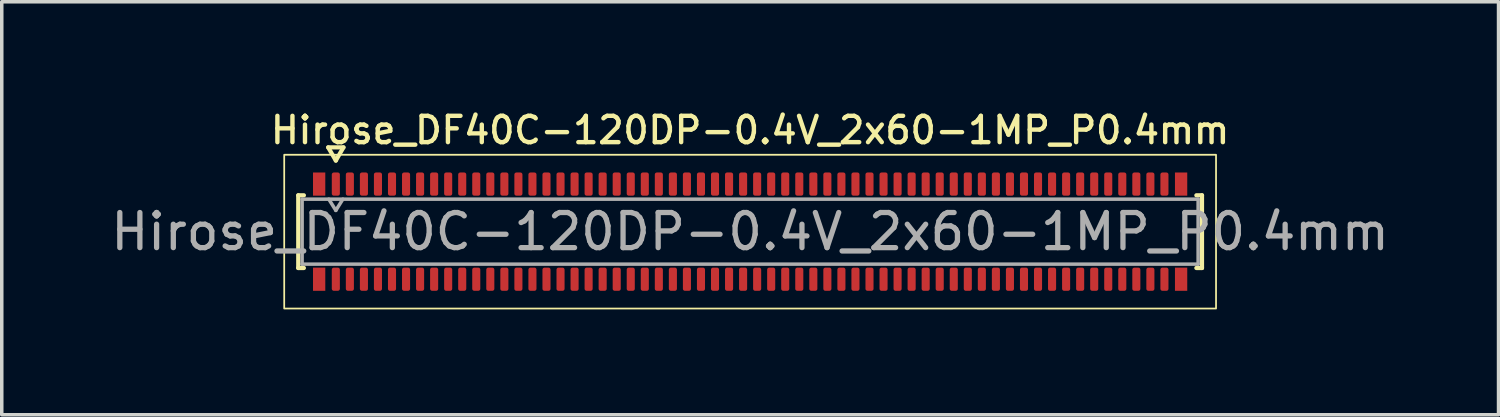
<source format=kicad_pcb>
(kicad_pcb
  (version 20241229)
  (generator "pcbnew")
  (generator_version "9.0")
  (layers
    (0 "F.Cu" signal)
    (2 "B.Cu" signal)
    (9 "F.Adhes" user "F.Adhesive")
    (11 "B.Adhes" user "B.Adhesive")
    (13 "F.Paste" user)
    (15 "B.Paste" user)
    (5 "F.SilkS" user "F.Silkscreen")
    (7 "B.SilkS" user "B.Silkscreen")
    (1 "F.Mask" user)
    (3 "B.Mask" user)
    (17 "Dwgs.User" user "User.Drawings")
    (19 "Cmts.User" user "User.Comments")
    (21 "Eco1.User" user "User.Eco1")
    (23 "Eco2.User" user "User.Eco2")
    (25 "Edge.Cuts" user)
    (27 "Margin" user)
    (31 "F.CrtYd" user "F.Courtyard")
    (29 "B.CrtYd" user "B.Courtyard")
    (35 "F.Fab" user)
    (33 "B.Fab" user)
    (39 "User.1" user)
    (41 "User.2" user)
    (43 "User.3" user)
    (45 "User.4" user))
  (footprint "Hirose_DF40C-120DP-0.4V_2x60-1MP_P0.4mm"
    (layer "F.Cu")
    (at 18.315 3.548)
    (property "Reference" "Hirose_DF40C-120DP-0.4V_2x60-1MP_P0.4mm" (at 0 -2.89 0) (layer "F.SilkS") (effects (font (size 0.75 0.75) (thickness 0.125))))
    (attr smd)
    (fp_line (start -12.87 -1.035) (end -12.71 -1.035) (stroke (width 0.12) (type solid)) (layer "F.SilkS"))
    (fp_line (start -12.87 1.035) (end -12.87 -1.035) (stroke (width 0.12) (type solid)) (layer "F.SilkS"))
    (fp_line (start -12.71 1.035) (end -12.87 1.035) (stroke (width 0.12) (type solid)) (layer "F.SilkS"))
    (fp_line (start -12.017 -2.4) (end -11.8 -2.025) (stroke (width 0.12) (type solid)) (layer "F.SilkS"))
    (fp_line (start -11.8 -2.025) (end -11.583 -2.4) (stroke (width 0.12) (type solid)) (layer "F.SilkS"))
    (fp_line (start -11.583 -2.4) (end -12.017 -2.4) (stroke (width 0.12) (type solid)) (layer "F.SilkS"))
    (fp_line (start 12.71 -1.035) (end 12.87 -1.035) (stroke (width 0.12) (type solid)) (layer "F.SilkS"))
    (fp_line (start 12.87 -1.035) (end 12.87 1.035) (stroke (width 0.12) (type solid)) (layer "F.SilkS"))
    (fp_line (start 12.87 1.035) (end 12.71 1.035) (stroke (width 0.12) (type solid)) (layer "F.SilkS"))
    (fp_rect (start -13.27 -2.19) (end 13.27 2.19) (stroke (width 0.05) (type solid)) (fill no) (layer "F.SilkS"))
    (fp_line (start -12.76 -0.925) (end 12.76 -0.925) (stroke (width 0.1) (type solid)) (layer "F.Fab"))
    (fp_line (start -12.76 0.925) (end -12.76 -0.925) (stroke (width 0.1) (type solid)) (layer "F.Fab"))
    (fp_line (start -12 -0.925) (end -11.8 -0.605) (stroke (width 0.1) (type solid)) (layer "F.Fab"))
    (fp_line (start -11.8 -0.605) (end -11.6 -0.925) (stroke (width 0.1) (type solid)) (layer "F.Fab"))
    (fp_line (start 12.76 -0.925) (end 12.76 0.925) (stroke (width 0.1) (type solid)) (layer "F.Fab"))
    (fp_line (start 12.76 0.925) (end -12.76 0.925) (stroke (width 0.1) (type solid)) (layer "F.Fab"))
    (fp_text user "${REFERENCE}" (at 0 0 0) (layer "F.Fab") (effects (font (size 1 1) (thickness 0.15))))
    (pad "1" smd roundrect (at -11.8 -1.355) (size 0.23 0.66) (layers "F.Cu" "F.Mask" "F.Paste") (roundrect_rratio 0.25))
    (pad "2" smd roundrect (at -11.8 1.355) (size 0.23 0.66) (layers "F.Cu" "F.Mask" "F.Paste") (roundrect_rratio 0.25))
    (pad "3" smd roundrect (at -11.4 -1.355) (size 0.23 0.66) (layers "F.Cu" "F.Mask" "F.Paste") (roundrect_rratio 0.25))
    (pad "4" smd roundrect (at -11.4 1.355) (size 0.23 0.66) (layers "F.Cu" "F.Mask" "F.Paste") (roundrect_rratio 0.25))
    (pad "5" smd roundrect (at -11 -1.355) (size 0.23 0.66) (layers "F.Cu" "F.Mask" "F.Paste") (roundrect_rratio 0.25))
    (pad "6" smd roundrect (at -11 1.355) (size 0.23 0.66) (layers "F.Cu" "F.Mask" "F.Paste") (roundrect_rratio 0.25))
    (pad "7" smd roundrect (at -10.6 -1.355) (size 0.23 0.66) (layers "F.Cu" "F.Mask" "F.Paste") (roundrect_rratio 0.25))
    (pad "8" smd roundrect (at -10.6 1.355) (size 0.23 0.66) (layers "F.Cu" "F.Mask" "F.Paste") (roundrect_rratio 0.25))
    (pad "9" smd roundrect (at -10.2 -1.355) (size 0.23 0.66) (layers "F.Cu" "F.Mask" "F.Paste") (roundrect_rratio 0.25))
    (pad "10" smd roundrect (at -10.2 1.355) (size 0.23 0.66) (layers "F.Cu" "F.Mask" "F.Paste") (roundrect_rratio 0.25))
    (pad "11" smd roundrect (at -9.8 -1.355) (size 0.23 0.66) (layers "F.Cu" "F.Mask" "F.Paste") (roundrect_rratio 0.25))
    (pad "12" smd roundrect (at -9.8 1.355) (size 0.23 0.66) (layers "F.Cu" "F.Mask" "F.Paste") (roundrect_rratio 0.25))
    (pad "13" smd roundrect (at -9.4 -1.355) (size 0.23 0.66) (layers "F.Cu" "F.Mask" "F.Paste") (roundrect_rratio 0.25))
    (pad "14" smd roundrect (at -9.4 1.355) (size 0.23 0.66) (layers "F.Cu" "F.Mask" "F.Paste") (roundrect_rratio 0.25))
    (pad "15" smd roundrect (at -9 -1.355) (size 0.23 0.66) (layers "F.Cu" "F.Mask" "F.Paste") (roundrect_rratio 0.25))
    (pad "16" smd roundrect (at -9 1.355) (size 0.23 0.66) (layers "F.Cu" "F.Mask" "F.Paste") (roundrect_rratio 0.25))
    (pad "17" smd roundrect (at -8.6 -1.355) (size 0.23 0.66) (layers "F.Cu" "F.Mask" "F.Paste") (roundrect_rratio 0.25))
    (pad "18" smd roundrect (at -8.6 1.355) (size 0.23 0.66) (layers "F.Cu" "F.Mask" "F.Paste") (roundrect_rratio 0.25))
    (pad "19" smd roundrect (at -8.2 -1.355) (size 0.23 0.66) (layers "F.Cu" "F.Mask" "F.Paste") (roundrect_rratio 0.25))
    (pad "20" smd roundrect (at -8.2 1.355) (size 0.23 0.66) (layers "F.Cu" "F.Mask" "F.Paste") (roundrect_rratio 0.25))
    (pad "21" smd roundrect (at -7.8 -1.355) (size 0.23 0.66) (layers "F.Cu" "F.Mask" "F.Paste") (roundrect_rratio 0.25))
    (pad "22" smd roundrect (at -7.8 1.355) (size 0.23 0.66) (layers "F.Cu" "F.Mask" "F.Paste") (roundrect_rratio 0.25))
    (pad "23" smd roundrect (at -7.4 -1.355) (size 0.23 0.66) (layers "F.Cu" "F.Mask" "F.Paste") (roundrect_rratio 0.25))
    (pad "24" smd roundrect (at -7.4 1.355) (size 0.23 0.66) (layers "F.Cu" "F.Mask" "F.Paste") (roundrect_rratio 0.25))
    (pad "25" smd roundrect (at -7 -1.355) (size 0.23 0.66) (layers "F.Cu" "F.Mask" "F.Paste") (roundrect_rratio 0.25))
    (pad "26" smd roundrect (at -7 1.355) (size 0.23 0.66) (layers "F.Cu" "F.Mask" "F.Paste") (roundrect_rratio 0.25))
    (pad "27" smd roundrect (at -6.6 -1.355) (size 0.23 0.66) (layers "F.Cu" "F.Mask" "F.Paste") (roundrect_rratio 0.25))
    (pad "28" smd roundrect (at -6.6 1.355) (size 0.23 0.66) (layers "F.Cu" "F.Mask" "F.Paste") (roundrect_rratio 0.25))
    (pad "29" smd roundrect (at -6.2 -1.355) (size 0.23 0.66) (layers "F.Cu" "F.Mask" "F.Paste") (roundrect_rratio 0.25))
    (pad "30" smd roundrect (at -6.2 1.355) (size 0.23 0.66) (layers "F.Cu" "F.Mask" "F.Paste") (roundrect_rratio 0.25))
    (pad "31" smd roundrect (at -5.8 -1.355) (size 0.23 0.66) (layers "F.Cu" "F.Mask" "F.Paste") (roundrect_rratio 0.25))
    (pad "32" smd roundrect (at -5.8 1.355) (size 0.23 0.66) (layers "F.Cu" "F.Mask" "F.Paste") (roundrect_rratio 0.25))
    (pad "33" smd roundrect (at -5.4 -1.355) (size 0.23 0.66) (layers "F.Cu" "F.Mask" "F.Paste") (roundrect_rratio 0.25))
    (pad "34" smd roundrect (at -5.4 1.355) (size 0.23 0.66) (layers "F.Cu" "F.Mask" "F.Paste") (roundrect_rratio 0.25))
    (pad "35" smd roundrect (at -5 -1.355) (size 0.23 0.66) (layers "F.Cu" "F.Mask" "F.Paste") (roundrect_rratio 0.25))
    (pad "36" smd roundrect (at -5 1.355) (size 0.23 0.66) (layers "F.Cu" "F.Mask" "F.Paste") (roundrect_rratio 0.25))
    (pad "37" smd roundrect (at -4.6 -1.355) (size 0.23 0.66) (layers "F.Cu" "F.Mask" "F.Paste") (roundrect_rratio 0.25))
    (pad "38" smd roundrect (at -4.6 1.355) (size 0.23 0.66) (layers "F.Cu" "F.Mask" "F.Paste") (roundrect_rratio 0.25))
    (pad "39" smd roundrect (at -4.2 -1.355) (size 0.23 0.66) (layers "F.Cu" "F.Mask" "F.Paste") (roundrect_rratio 0.25))
    (pad "40" smd roundrect (at -4.2 1.355) (size 0.23 0.66) (layers "F.Cu" "F.Mask" "F.Paste") (roundrect_rratio 0.25))
    (pad "41" smd roundrect (at -3.8 -1.355) (size 0.23 0.66) (layers "F.Cu" "F.Mask" "F.Paste") (roundrect_rratio 0.25))
    (pad "42" smd roundrect (at -3.8 1.355) (size 0.23 0.66) (layers "F.Cu" "F.Mask" "F.Paste") (roundrect_rratio 0.25))
    (pad "43" smd roundrect (at -3.4 -1.355) (size 0.23 0.66) (layers "F.Cu" "F.Mask" "F.Paste") (roundrect_rratio 0.25))
    (pad "44" smd roundrect (at -3.4 1.355) (size 0.23 0.66) (layers "F.Cu" "F.Mask" "F.Paste") (roundrect_rratio 0.25))
    (pad "45" smd roundrect (at -3 -1.355) (size 0.23 0.66) (layers "F.Cu" "F.Mask" "F.Paste") (roundrect_rratio 0.25))
    (pad "46" smd roundrect (at -3 1.355) (size 0.23 0.66) (layers "F.Cu" "F.Mask" "F.Paste") (roundrect_rratio 0.25))
    (pad "47" smd roundrect (at -2.6 -1.355) (size 0.23 0.66) (layers "F.Cu" "F.Mask" "F.Paste") (roundrect_rratio 0.25))
    (pad "48" smd roundrect (at -2.6 1.355) (size 0.23 0.66) (layers "F.Cu" "F.Mask" "F.Paste") (roundrect_rratio 0.25))
    (pad "49" smd roundrect (at -2.2 -1.355) (size 0.23 0.66) (layers "F.Cu" "F.Mask" "F.Paste") (roundrect_rratio 0.25))
    (pad "50" smd roundrect (at -2.2 1.355) (size 0.23 0.66) (layers "F.Cu" "F.Mask" "F.Paste") (roundrect_rratio 0.25))
    (pad "51" smd roundrect (at -1.8 -1.355) (size 0.23 0.66) (layers "F.Cu" "F.Mask" "F.Paste") (roundrect_rratio 0.25))
    (pad "52" smd roundrect (at -1.8 1.355) (size 0.23 0.66) (layers "F.Cu" "F.Mask" "F.Paste") (roundrect_rratio 0.25))
    (pad "53" smd roundrect (at -1.4 -1.355) (size 0.23 0.66) (layers "F.Cu" "F.Mask" "F.Paste") (roundrect_rratio 0.25))
    (pad "54" smd roundrect (at -1.4 1.355) (size 0.23 0.66) (layers "F.Cu" "F.Mask" "F.Paste") (roundrect_rratio 0.25))
    (pad "55" smd roundrect (at -1 -1.355) (size 0.23 0.66) (layers "F.Cu" "F.Mask" "F.Paste") (roundrect_rratio 0.25))
    (pad "56" smd roundrect (at -1 1.355) (size 0.23 0.66) (layers "F.Cu" "F.Mask" "F.Paste") (roundrect_rratio 0.25))
    (pad "57" smd roundrect (at -0.6 -1.355) (size 0.23 0.66) (layers "F.Cu" "F.Mask" "F.Paste") (roundrect_rratio 0.25))
    (pad "58" smd roundrect (at -0.6 1.355) (size 0.23 0.66) (layers "F.Cu" "F.Mask" "F.Paste") (roundrect_rratio 0.25))
    (pad "59" smd roundrect (at -0.2 -1.355) (size 0.23 0.66) (layers "F.Cu" "F.Mask" "F.Paste") (roundrect_rratio 0.25))
    (pad "60" smd roundrect (at -0.2 1.355) (size 0.23 0.66) (layers "F.Cu" "F.Mask" "F.Paste") (roundrect_rratio 0.25))
    (pad "61" smd roundrect (at 0.2 -1.355) (size 0.23 0.66) (layers "F.Cu" "F.Mask" "F.Paste") (roundrect_rratio 0.25))
    (pad "62" smd roundrect (at 0.2 1.355) (size 0.23 0.66) (layers "F.Cu" "F.Mask" "F.Paste") (roundrect_rratio 0.25))
    (pad "63" smd roundrect (at 0.6 -1.355) (size 0.23 0.66) (layers "F.Cu" "F.Mask" "F.Paste") (roundrect_rratio 0.25))
    (pad "64" smd roundrect (at 0.6 1.355) (size 0.23 0.66) (layers "F.Cu" "F.Mask" "F.Paste") (roundrect_rratio 0.25))
    (pad "65" smd roundrect (at 1 -1.355) (size 0.23 0.66) (layers "F.Cu" "F.Mask" "F.Paste") (roundrect_rratio 0.25))
    (pad "66" smd roundrect (at 1 1.355) (size 0.23 0.66) (layers "F.Cu" "F.Mask" "F.Paste") (roundrect_rratio 0.25))
    (pad "67" smd roundrect (at 1.4 -1.355) (size 0.23 0.66) (layers "F.Cu" "F.Mask" "F.Paste") (roundrect_rratio 0.25))
    (pad "68" smd roundrect (at 1.4 1.355) (size 0.23 0.66) (layers "F.Cu" "F.Mask" "F.Paste") (roundrect_rratio 0.25))
    (pad "69" smd roundrect (at 1.8 -1.355) (size 0.23 0.66) (layers "F.Cu" "F.Mask" "F.Paste") (roundrect_rratio 0.25))
    (pad "70" smd roundrect (at 1.8 1.355) (size 0.23 0.66) (layers "F.Cu" "F.Mask" "F.Paste") (roundrect_rratio 0.25))
    (pad "71" smd roundrect (at 2.2 -1.355) (size 0.23 0.66) (layers "F.Cu" "F.Mask" "F.Paste") (roundrect_rratio 0.25))
    (pad "72" smd roundrect (at 2.2 1.355) (size 0.23 0.66) (layers "F.Cu" "F.Mask" "F.Paste") (roundrect_rratio 0.25))
    (pad "73" smd roundrect (at 2.6 -1.355) (size 0.23 0.66) (layers "F.Cu" "F.Mask" "F.Paste") (roundrect_rratio 0.25))
    (pad "74" smd roundrect (at 2.6 1.355) (size 0.23 0.66) (layers "F.Cu" "F.Mask" "F.Paste") (roundrect_rratio 0.25))
    (pad "75" smd roundrect (at 3 -1.355) (size 0.23 0.66) (layers "F.Cu" "F.Mask" "F.Paste") (roundrect_rratio 0.25))
    (pad "76" smd roundrect (at 3 1.355) (size 0.23 0.66) (layers "F.Cu" "F.Mask" "F.Paste") (roundrect_rratio 0.25))
    (pad "77" smd roundrect (at 3.4 -1.355) (size 0.23 0.66) (layers "F.Cu" "F.Mask" "F.Paste") (roundrect_rratio 0.25))
    (pad "78" smd roundrect (at 3.4 1.355) (size 0.23 0.66) (layers "F.Cu" "F.Mask" "F.Paste") (roundrect_rratio 0.25))
    (pad "79" smd roundrect (at 3.8 -1.355) (size 0.23 0.66) (layers "F.Cu" "F.Mask" "F.Paste") (roundrect_rratio 0.25))
    (pad "80" smd roundrect (at 3.8 1.355) (size 0.23 0.66) (layers "F.Cu" "F.Mask" "F.Paste") (roundrect_rratio 0.25))
    (pad "81" smd roundrect (at 4.2 -1.355) (size 0.23 0.66) (layers "F.Cu" "F.Mask" "F.Paste") (roundrect_rratio 0.25))
    (pad "82" smd roundrect (at 4.2 1.355) (size 0.23 0.66) (layers "F.Cu" "F.Mask" "F.Paste") (roundrect_rratio 0.25))
    (pad "83" smd roundrect (at 4.6 -1.355) (size 0.23 0.66) (layers "F.Cu" "F.Mask" "F.Paste") (roundrect_rratio 0.25))
    (pad "84" smd roundrect (at 4.6 1.355) (size 0.23 0.66) (layers "F.Cu" "F.Mask" "F.Paste") (roundrect_rratio 0.25))
    (pad "85" smd roundrect (at 5 -1.355) (size 0.23 0.66) (layers "F.Cu" "F.Mask" "F.Paste") (roundrect_rratio 0.25))
    (pad "86" smd roundrect (at 5 1.355) (size 0.23 0.66) (layers "F.Cu" "F.Mask" "F.Paste") (roundrect_rratio 0.25))
    (pad "87" smd roundrect (at 5.4 -1.355) (size 0.23 0.66) (layers "F.Cu" "F.Mask" "F.Paste") (roundrect_rratio 0.25))
    (pad "88" smd roundrect (at 5.4 1.355) (size 0.23 0.66) (layers "F.Cu" "F.Mask" "F.Paste") (roundrect_rratio 0.25))
    (pad "89" smd roundrect (at 5.8 -1.355) (size 0.23 0.66) (layers "F.Cu" "F.Mask" "F.Paste") (roundrect_rratio 0.25))
    (pad "90" smd roundrect (at 5.8 1.355) (size 0.23 0.66) (layers "F.Cu" "F.Mask" "F.Paste") (roundrect_rratio 0.25))
    (pad "91" smd roundrect (at 6.2 -1.355) (size 0.23 0.66) (layers "F.Cu" "F.Mask" "F.Paste") (roundrect_rratio 0.25))
    (pad "92" smd roundrect (at 6.2 1.355) (size 0.23 0.66) (layers "F.Cu" "F.Mask" "F.Paste") (roundrect_rratio 0.25))
    (pad "93" smd roundrect (at 6.6 -1.355) (size 0.23 0.66) (layers "F.Cu" "F.Mask" "F.Paste") (roundrect_rratio 0.25))
    (pad "94" smd roundrect (at 6.6 1.355) (size 0.23 0.66) (layers "F.Cu" "F.Mask" "F.Paste") (roundrect_rratio 0.25))
    (pad "95" smd roundrect (at 7 -1.355) (size 0.23 0.66) (layers "F.Cu" "F.Mask" "F.Paste") (roundrect_rratio 0.25))
    (pad "96" smd roundrect (at 7 1.355) (size 0.23 0.66) (layers "F.Cu" "F.Mask" "F.Paste") (roundrect_rratio 0.25))
    (pad "97" smd roundrect (at 7.4 -1.355) (size 0.23 0.66) (layers "F.Cu" "F.Mask" "F.Paste") (roundrect_rratio 0.25))
    (pad "98" smd roundrect (at 7.4 1.355) (size 0.23 0.66) (layers "F.Cu" "F.Mask" "F.Paste") (roundrect_rratio 0.25))
    (pad "99" smd roundrect (at 7.8 -1.355) (size 0.23 0.66) (layers "F.Cu" "F.Mask" "F.Paste") (roundrect_rratio 0.25))
    (pad "100" smd roundrect (at 7.8 1.355) (size 0.23 0.66) (layers "F.Cu" "F.Mask" "F.Paste") (roundrect_rratio 0.25))
    (pad "101" smd roundrect (at 8.2 -1.355) (size 0.23 0.66) (layers "F.Cu" "F.Mask" "F.Paste") (roundrect_rratio 0.25))
    (pad "102" smd roundrect (at 8.2 1.355) (size 0.23 0.66) (layers "F.Cu" "F.Mask" "F.Paste") (roundrect_rratio 0.25))
    (pad "103" smd roundrect (at 8.6 -1.355) (size 0.23 0.66) (layers "F.Cu" "F.Mask" "F.Paste") (roundrect_rratio 0.25))
    (pad "104" smd roundrect (at 8.6 1.355) (size 0.23 0.66) (layers "F.Cu" "F.Mask" "F.Paste") (roundrect_rratio 0.25))
    (pad "105" smd roundrect (at 9 -1.355) (size 0.23 0.66) (layers "F.Cu" "F.Mask" "F.Paste") (roundrect_rratio 0.25))
    (pad "106" smd roundrect (at 9 1.355) (size 0.23 0.66) (layers "F.Cu" "F.Mask" "F.Paste") (roundrect_rratio 0.25))
    (pad "107" smd roundrect (at 9.4 -1.355) (size 0.23 0.66) (layers "F.Cu" "F.Mask" "F.Paste") (roundrect_rratio 0.25))
    (pad "108" smd roundrect (at 9.4 1.355) (size 0.23 0.66) (layers "F.Cu" "F.Mask" "F.Paste") (roundrect_rratio 0.25))
    (pad "109" smd roundrect (at 9.8 -1.355) (size 0.23 0.66) (layers "F.Cu" "F.Mask" "F.Paste") (roundrect_rratio 0.25))
    (pad "110" smd roundrect (at 9.8 1.355) (size 0.23 0.66) (layers "F.Cu" "F.Mask" "F.Paste") (roundrect_rratio 0.25))
    (pad "111" smd roundrect (at 10.2 -1.355) (size 0.23 0.66) (layers "F.Cu" "F.Mask" "F.Paste") (roundrect_rratio 0.25))
    (pad "112" smd roundrect (at 10.2 1.355) (size 0.23 0.66) (layers "F.Cu" "F.Mask" "F.Paste") (roundrect_rratio 0.25))
    (pad "113" smd roundrect (at 10.6 -1.355) (size 0.23 0.66) (layers "F.Cu" "F.Mask" "F.Paste") (roundrect_rratio 0.25))
    (pad "114" smd roundrect (at 10.6 1.355) (size 0.23 0.66) (layers "F.Cu" "F.Mask" "F.Paste") (roundrect_rratio 0.25))
    (pad "115" smd roundrect (at 11 -1.355) (size 0.23 0.66) (layers "F.Cu" "F.Mask" "F.Paste") (roundrect_rratio 0.25))
    (pad "116" smd roundrect (at 11 1.355) (size 0.23 0.66) (layers "F.Cu" "F.Mask" "F.Paste") (roundrect_rratio 0.25))
    (pad "117" smd roundrect (at 11.4 -1.355) (size 0.23 0.66) (layers "F.Cu" "F.Mask" "F.Paste") (roundrect_rratio 0.25))
    (pad "118" smd roundrect (at 11.4 1.355) (size 0.23 0.66) (layers "F.Cu" "F.Mask" "F.Paste") (roundrect_rratio 0.25))
    (pad "119" smd roundrect (at 11.8 -1.355) (size 0.23 0.66) (layers "F.Cu" "F.Mask" "F.Paste") (roundrect_rratio 0.25))
    (pad "120" smd roundrect (at 11.8 1.355) (size 0.23 0.66) (layers "F.Cu" "F.Mask" "F.Paste") (roundrect_rratio 0.25))
    (pad "MP" smd rect (at -12.275 -1.355) (size 0.35 0.66) (layers "F.Cu" "F.Mask" "F.Paste"))
    (pad "MP" smd rect (at -12.275 1.355) (size 0.35 0.66) (layers "F.Cu" "F.Mask" "F.Paste"))
    (pad "MP" smd rect (at 12.275 -1.355) (size 0.35 0.66) (layers "F.Cu" "F.Mask" "F.Paste"))
    (pad "MP" smd rect (at 12.275 1.355) (size 0.35 0.66) (layers "F.Cu" "F.Mask" "F.Paste")))
  (gr_rect
    (start -3 -3)
    (end 39.631 8.763)
    (stroke (width 0.1) (type default))
    (fill no)
    (layer "Edge.Cuts")))
</source>
